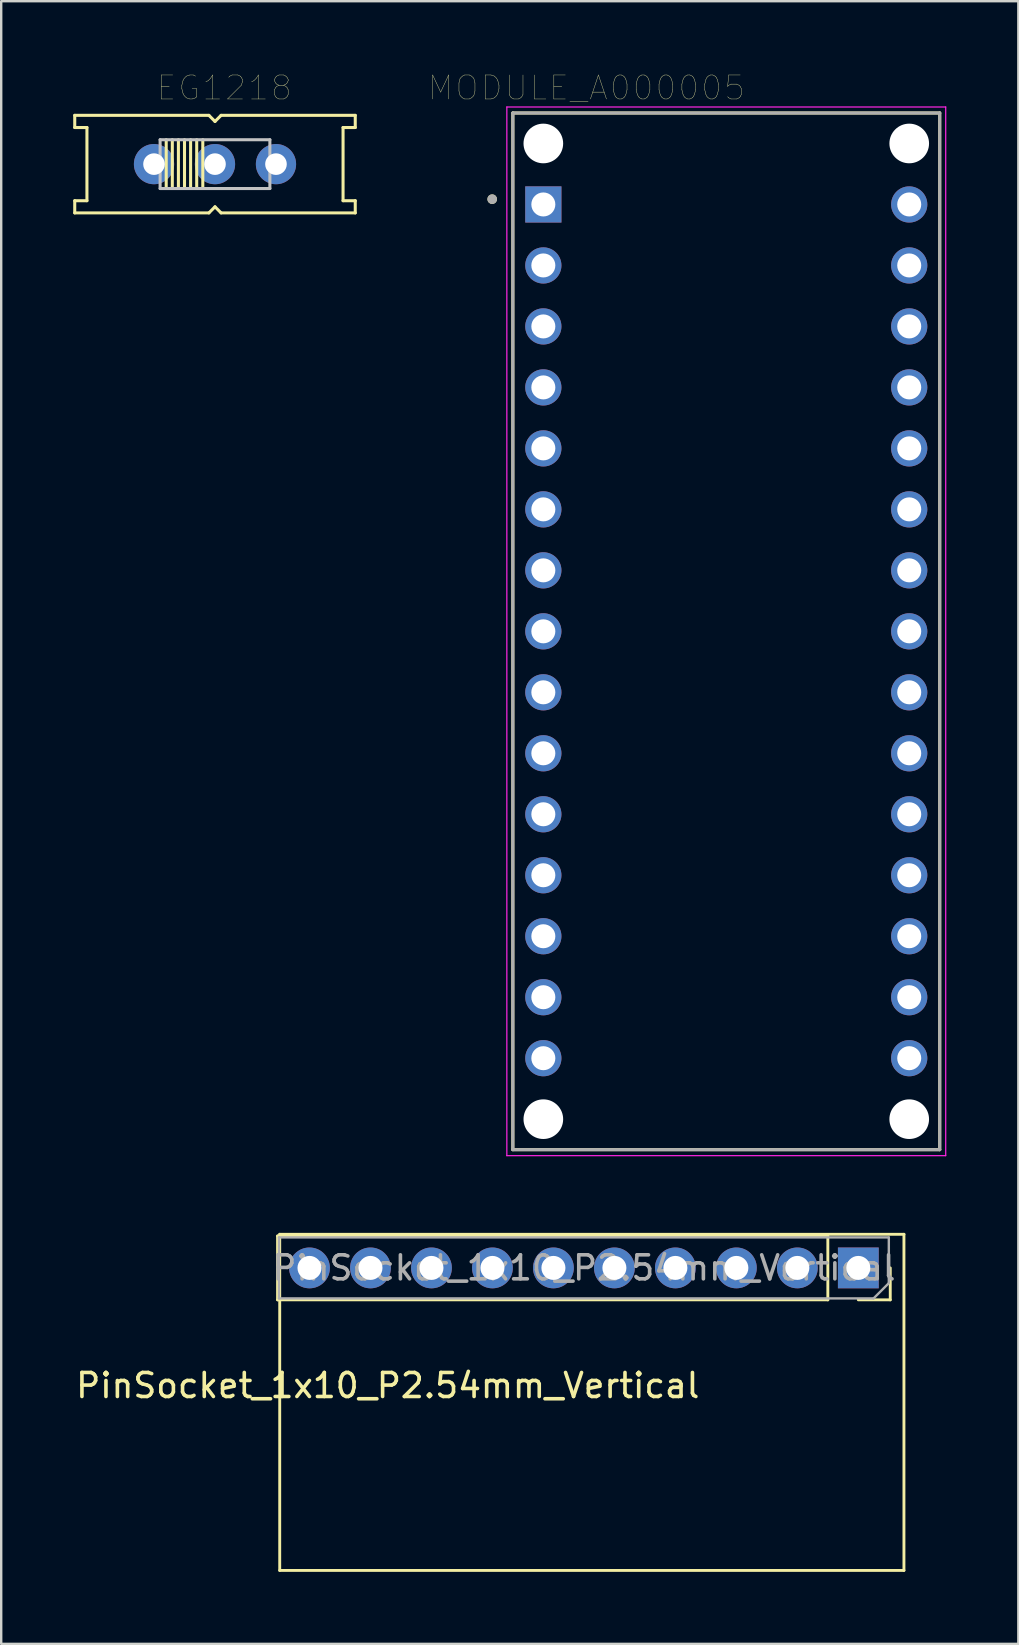
<source format=kicad_pcb>
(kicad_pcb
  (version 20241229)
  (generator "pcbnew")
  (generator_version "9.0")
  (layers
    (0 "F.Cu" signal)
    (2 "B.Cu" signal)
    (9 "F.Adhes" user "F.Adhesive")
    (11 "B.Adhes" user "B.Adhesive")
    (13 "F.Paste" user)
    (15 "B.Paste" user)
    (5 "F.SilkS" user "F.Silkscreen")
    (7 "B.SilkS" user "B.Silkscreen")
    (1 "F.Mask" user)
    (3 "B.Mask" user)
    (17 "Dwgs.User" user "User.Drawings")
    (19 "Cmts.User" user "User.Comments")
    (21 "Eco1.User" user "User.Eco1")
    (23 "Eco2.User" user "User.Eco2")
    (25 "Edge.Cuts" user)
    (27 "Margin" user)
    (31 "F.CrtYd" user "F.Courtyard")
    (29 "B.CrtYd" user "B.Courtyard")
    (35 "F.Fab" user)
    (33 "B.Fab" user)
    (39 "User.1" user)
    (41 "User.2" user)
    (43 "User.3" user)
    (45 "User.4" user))
  (footprint "MODULE_A000005"
    (layer "F.Cu")
    (at 27.201 23.246)
    (property "Reference" "MODULE_A000005" (at -5.825 -22.635 0) (layer "F.SilkS") (effects (font (size 1 1) (thickness 0.015))))
    (attr through_hole)
    (fp_line (start -8.89 -21.59) (end 8.89 -21.59) (stroke (width 0.127) (type solid)) (layer "F.SilkS"))
    (fp_line (start -8.89 21.59) (end -8.89 -21.59) (stroke (width 0.127) (type solid)) (layer "F.SilkS"))
    (fp_line (start 8.89 -21.59) (end 8.89 21.59) (stroke (width 0.127) (type solid)) (layer "F.SilkS"))
    (fp_line (start 8.89 21.59) (end -8.89 21.59) (stroke (width 0.127) (type solid)) (layer "F.SilkS"))
    (fp_circle (center -9.75 -18) (end -9.65 -18) (stroke (width 0.2) (type solid)) (fill no) (layer "F.SilkS"))
    (fp_line (start -9.14 -21.84) (end 9.14 -21.84) (stroke (width 0.05) (type solid)) (layer "F.CrtYd"))
    (fp_line (start -9.14 21.84) (end -9.14 -21.84) (stroke (width 0.05) (type solid)) (layer "F.CrtYd"))
    (fp_line (start 9.14 -21.84) (end 9.14 21.84) (stroke (width 0.05) (type solid)) (layer "F.CrtYd"))
    (fp_line (start 9.14 21.84) (end -9.14 21.84) (stroke (width 0.05) (type solid)) (layer "F.CrtYd"))
    (fp_line (start -8.89 -21.59) (end 8.89 -21.59) (stroke (width 0.127) (type solid)) (layer "F.Fab"))
    (fp_line (start -8.89 21.59) (end -8.89 -21.59) (stroke (width 0.127) (type solid)) (layer "F.Fab"))
    (fp_line (start 8.89 -21.59) (end 8.89 21.59) (stroke (width 0.127) (type solid)) (layer "F.Fab"))
    (fp_line (start 8.89 21.59) (end -8.89 21.59) (stroke (width 0.127) (type solid)) (layer "F.Fab"))
    (fp_circle (center -9.75 -18) (end -9.65 -18) (stroke (width 0.2) (type solid)) (fill no) (layer "F.Fab"))
    (pad "" np_thru_hole circle (at -7.62 -20.32) (size 1.651 1.651) (drill 1.651) (layers "*.Cu" "*.Mask"))
    (pad "" np_thru_hole circle (at -7.62 20.32) (size 1.651 1.651) (drill 1.651) (layers "*.Cu" "*.Mask"))
    (pad "" np_thru_hole circle (at 7.62 -20.32) (size 1.651 1.651) (drill 1.651) (layers "*.Cu" "*.Mask"))
    (pad "" np_thru_hole circle (at 7.62 20.32) (size 1.651 1.651) (drill 1.651) (layers "*.Cu" "*.Mask"))
    (pad "1" thru_hole rect (at -7.62 -17.78) (size 1.508 1.508) (drill 1) (layers "*.Cu" "*.Mask"))
    (pad "2" thru_hole circle (at -7.62 -15.24) (size 1.508 1.508) (drill 1) (layers "*.Cu" "*.Mask"))
    (pad "3" thru_hole circle (at -7.62 -12.7) (size 1.508 1.508) (drill 1) (layers "*.Cu" "*.Mask"))
    (pad "4" thru_hole circle (at -7.62 -10.16) (size 1.508 1.508) (drill 1) (layers "*.Cu" "*.Mask"))
    (pad "5" thru_hole circle (at -7.62 -7.62) (size 1.508 1.508) (drill 1) (layers "*.Cu" "*.Mask"))
    (pad "6" thru_hole circle (at -7.62 -5.08) (size 1.508 1.508) (drill 1) (layers "*.Cu" "*.Mask"))
    (pad "7" thru_hole circle (at -7.62 -2.54) (size 1.508 1.508) (drill 1) (layers "*.Cu" "*.Mask"))
    (pad "8" thru_hole circle (at -7.62 0) (size 1.508 1.508) (drill 1) (layers "*.Cu" "*.Mask"))
    (pad "9" thru_hole circle (at -7.62 2.54) (size 1.508 1.508) (drill 1) (layers "*.Cu" "*.Mask"))
    (pad "10" thru_hole circle (at -7.62 5.08) (size 1.508 1.508) (drill 1) (layers "*.Cu" "*.Mask"))
    (pad "11" thru_hole circle (at -7.62 7.62) (size 1.508 1.508) (drill 1) (layers "*.Cu" "*.Mask"))
    (pad "12" thru_hole circle (at -7.62 10.16) (size 1.508 1.508) (drill 1) (layers "*.Cu" "*.Mask"))
    (pad "13" thru_hole circle (at -7.62 12.7) (size 1.508 1.508) (drill 1) (layers "*.Cu" "*.Mask"))
    (pad "14" thru_hole circle (at -7.62 15.24) (size 1.508 1.508) (drill 1) (layers "*.Cu" "*.Mask"))
    (pad "15" thru_hole circle (at -7.62 17.78) (size 1.508 1.508) (drill 1) (layers "*.Cu" "*.Mask"))
    (pad "16" thru_hole circle (at 7.62 17.78) (size 1.508 1.508) (drill 1) (layers "*.Cu" "*.Mask"))
    (pad "17" thru_hole circle (at 7.62 15.24) (size 1.508 1.508) (drill 1) (layers "*.Cu" "*.Mask"))
    (pad "18" thru_hole circle (at 7.62 12.7) (size 1.508 1.508) (drill 1) (layers "*.Cu" "*.Mask"))
    (pad "19" thru_hole circle (at 7.62 10.16) (size 1.508 1.508) (drill 1) (layers "*.Cu" "*.Mask"))
    (pad "20" thru_hole circle (at 7.62 7.62) (size 1.508 1.508) (drill 1) (layers "*.Cu" "*.Mask"))
    (pad "21" thru_hole circle (at 7.62 5.08) (size 1.508 1.508) (drill 1) (layers "*.Cu" "*.Mask"))
    (pad "22" thru_hole circle (at 7.62 2.54) (size 1.508 1.508) (drill 1) (layers "*.Cu" "*.Mask"))
    (pad "23" thru_hole circle (at 7.62 0) (size 1.508 1.508) (drill 1) (layers "*.Cu" "*.Mask"))
    (pad "24" thru_hole circle (at 7.62 -2.54) (size 1.508 1.508) (drill 1) (layers "*.Cu" "*.Mask"))
    (pad "25" thru_hole circle (at 7.62 -5.08) (size 1.508 1.508) (drill 1) (layers "*.Cu" "*.Mask"))
    (pad "26" thru_hole circle (at 7.62 -7.62) (size 1.508 1.508) (drill 1) (layers "*.Cu" "*.Mask"))
    (pad "27" thru_hole circle (at 7.62 -10.16) (size 1.508 1.508) (drill 1) (layers "*.Cu" "*.Mask"))
    (pad "28" thru_hole circle (at 7.62 -12.7) (size 1.508 1.508) (drill 1) (layers "*.Cu" "*.Mask"))
    (pad "29" thru_hole circle (at 7.62 -15.24) (size 1.508 1.508) (drill 1) (layers "*.Cu" "*.Mask"))
    (pad "30" thru_hole circle (at 7.62 -17.78) (size 1.508 1.508) (drill 1) (layers "*.Cu" "*.Mask")))
  (footprint "EG1218"
    (layer "F.Cu")
    (at 5.905 3.786)
    (property "Reference" "EG1218" (at 0.381 -3.175 0) (layer "F.SilkS") (effects (font (size 1 1) (thickness 0.015))))
    (attr through_hole)
    (fp_line (start -5.842 -2.032) (end -0.254 -2.032) (stroke (width 0.127) (type solid)) (layer "F.SilkS"))
    (fp_line (start -5.842 -1.524) (end -5.842 -2.032) (stroke (width 0.127) (type solid)) (layer "F.SilkS"))
    (fp_line (start -5.842 1.524) (end -5.334 1.524) (stroke (width 0.127) (type solid)) (layer "F.SilkS"))
    (fp_line (start -5.842 2.032) (end -5.842 1.524) (stroke (width 0.127) (type solid)) (layer "F.SilkS"))
    (fp_line (start -5.334 -1.524) (end -5.842 -1.524) (stroke (width 0.127) (type solid)) (layer "F.SilkS"))
    (fp_line (start -5.334 1.524) (end -5.334 -1.524) (stroke (width 0.127) (type solid)) (layer "F.SilkS"))
    (fp_line (start -2.032 -1.016) (end -2.032 1.016) (stroke (width 0.127) (type solid)) (layer "F.SilkS"))
    (fp_line (start -1.778 1.016) (end -1.778 -1.016) (stroke (width 0.127) (type solid)) (layer "F.SilkS"))
    (fp_line (start -1.524 -1.016) (end -1.524 1.016) (stroke (width 0.127) (type solid)) (layer "F.SilkS"))
    (fp_line (start -1.27 1.016) (end -1.27 -1.016) (stroke (width 0.127) (type solid)) (layer "F.SilkS"))
    (fp_line (start -1.016 -1.016) (end -1.016 1.016) (stroke (width 0.127) (type solid)) (layer "F.SilkS"))
    (fp_line (start -0.762 1.016) (end -0.762 -1.016) (stroke (width 0.127) (type solid)) (layer "F.SilkS"))
    (fp_line (start -0.508 -1.016) (end -0.508 1.016) (stroke (width 0.127) (type solid)) (layer "F.SilkS"))
    (fp_line (start -0.254 -2.032) (end 0 -1.778) (stroke (width 0.127) (type solid)) (layer "F.SilkS"))
    (fp_line (start -0.254 2.032) (end -5.842 2.032) (stroke (width 0.127) (type solid)) (layer "F.SilkS"))
    (fp_line (start 0 -1.778) (end 0.254 -2.032) (stroke (width 0.127) (type solid)) (layer "F.SilkS"))
    (fp_line (start 0 1.778) (end -0.254 2.032) (stroke (width 0.127) (type solid)) (layer "F.SilkS"))
    (fp_line (start 0.254 -2.032) (end 5.842 -2.032) (stroke (width 0.127) (type solid)) (layer "F.SilkS"))
    (fp_line (start 0.254 2.032) (end 0 1.778) (stroke (width 0.127) (type solid)) (layer "F.SilkS"))
    (fp_line (start 5.334 -1.524) (end 5.334 1.524) (stroke (width 0.127) (type solid)) (layer "F.SilkS"))
    (fp_line (start 5.334 1.524) (end 5.842 1.524) (stroke (width 0.127) (type solid)) (layer "F.SilkS"))
    (fp_line (start 5.842 -2.032) (end 5.842 -1.524) (stroke (width 0.127) (type solid)) (layer "F.SilkS"))
    (fp_line (start 5.842 -1.524) (end 5.334 -1.524) (stroke (width 0.127) (type solid)) (layer "F.SilkS"))
    (fp_line (start 5.842 1.524) (end 5.842 2.032) (stroke (width 0.127) (type solid)) (layer "F.SilkS"))
    (fp_line (start 5.842 2.032) (end 0.254 2.032) (stroke (width 0.127) (type solid)) (layer "F.SilkS"))
    (fp_line (start -2.286 -1.016) (end 2.286 -1.016) (stroke (width 0.127) (type solid)) (layer "Dwgs.User"))
    (fp_line (start -2.286 1.016) (end -2.286 -1.016) (stroke (width 0.127) (type solid)) (layer "Dwgs.User"))
    (fp_line (start 2.286 -1.016) (end 2.286 1.016) (stroke (width 0.127) (type solid)) (layer "Dwgs.User"))
    (fp_line (start 2.286 1.016) (end -2.286 1.016) (stroke (width 0.127) (type solid)) (layer "Dwgs.User"))
    (pad "1" thru_hole circle (at -2.54 0) (size 1.676 1.676) (drill 0.9) (layers "*.Cu" "*.Mask"))
    (pad "2" thru_hole circle (at 0 0) (size 1.676 1.676) (drill 0.9) (layers "*.Cu" "*.Mask"))
    (pad "3" thru_hole circle (at 2.54 0) (size 1.676 1.676) (drill 0.9) (layers "*.Cu" "*.Mask")))
  (footprint "PinSocket_1x10_P2.54mm_Vertical"
    (layer "F.Cu")
    (at 8.601 48.361)
    (property "Reference" "PinSocket_1x10_P2.54mm_Vertical" (at 4.5 6.3 0) (layer "F.SilkS") (effects (font (size 1 1) (thickness 0.15))))
    (attr through_hole)
    (fp_line (start -0.09 0.07) (end -0.09 2.73) (stroke (width 0.12) (type solid)) (layer "F.SilkS"))
    (fp_line (start 0 0) (end 0 14) (stroke (width 0.12) (type solid)) (layer "F.SilkS"))
    (fp_line (start 0 14) (end 26 14) (stroke (width 0.12) (type solid)) (layer "F.SilkS"))
    (fp_line (start 22.83 0.07) (end -0.09 0.07) (stroke (width 0.12) (type solid)) (layer "F.SilkS"))
    (fp_line (start 22.83 0.07) (end 22.83 2.73) (stroke (width 0.12) (type solid)) (layer "F.SilkS"))
    (fp_line (start 22.83 2.73) (end -0.09 2.73) (stroke (width 0.12) (type solid)) (layer "F.SilkS"))
    (fp_line (start 25.43 1.4) (end 25.43 2.73) (stroke (width 0.12) (type solid)) (layer "F.SilkS"))
    (fp_line (start 25.43 2.73) (end 24.1 2.73) (stroke (width 0.12) (type solid)) (layer "F.SilkS"))
    (fp_line (start 26 0) (end 0 0) (stroke (width 0.12) (type solid)) (layer "F.SilkS"))
    (fp_line (start 26 14) (end 26 0) (stroke (width 0.12) (type solid)) (layer "F.SilkS"))
    (fp_line (start -0.03 0.13) (end 25.37 0.13) (stroke (width 0.1) (type solid)) (layer "F.Fab"))
    (fp_line (start -0.03 2.67) (end -0.03 0.13) (stroke (width 0.1) (type solid)) (layer "F.Fab"))
    (fp_line (start 24.735 2.67) (end -0.03 2.67) (stroke (width 0.1) (type solid)) (layer "F.Fab"))
    (fp_line (start 25.37 0.13) (end 25.37 2.035) (stroke (width 0.1) (type solid)) (layer "F.Fab"))
    (fp_line (start 25.37 2.035) (end 24.735 2.67) (stroke (width 0.1) (type solid)) (layer "F.Fab"))
    (fp_text user "${REFERENCE}" (at 12.67 1.4 0) (layer "F.Fab") (effects (font (size 1 1) (thickness 0.15))))
    (pad "1" thru_hole rect (at 24.1 1.4 270) (size 1.7 1.7) (drill 1) (layers "*.Cu" "*.Mask"))
    (pad "2" thru_hole oval (at 21.56 1.4 270) (size 1.7 1.7) (drill 1) (layers "*.Cu" "*.Mask"))
    (pad "3" thru_hole oval (at 19.02 1.4 270) (size 1.7 1.7) (drill 1) (layers "*.Cu" "*.Mask"))
    (pad "4" thru_hole oval (at 16.48 1.4 270) (size 1.7 1.7) (drill 1) (layers "*.Cu" "*.Mask"))
    (pad "5" thru_hole oval (at 13.94 1.4 270) (size 1.7 1.7) (drill 1) (layers "*.Cu" "*.Mask"))
    (pad "6" thru_hole oval (at 11.4 1.4 270) (size 1.7 1.7) (drill 1) (layers "*.Cu" "*.Mask"))
    (pad "7" thru_hole oval (at 8.86 1.4 270) (size 1.7 1.7) (drill 1) (layers "*.Cu" "*.Mask"))
    (pad "8" thru_hole oval (at 6.32 1.4 270) (size 1.7 1.7) (drill 1) (layers "*.Cu" "*.Mask"))
    (pad "9" thru_hole oval (at 3.78 1.4 270) (size 1.7 1.7) (drill 1) (layers "*.Cu" "*.Mask"))
    (pad "10" thru_hole oval (at 1.24 1.4 270) (size 1.7 1.7) (drill 1) (layers "*.Cu" "*.Mask")))
  (gr_rect
    (start -3 -3)
    (end 39.366 65.421)
    (stroke (width 0.1) (type default))
    (fill no)
    (layer "Edge.Cuts")))
</source>
